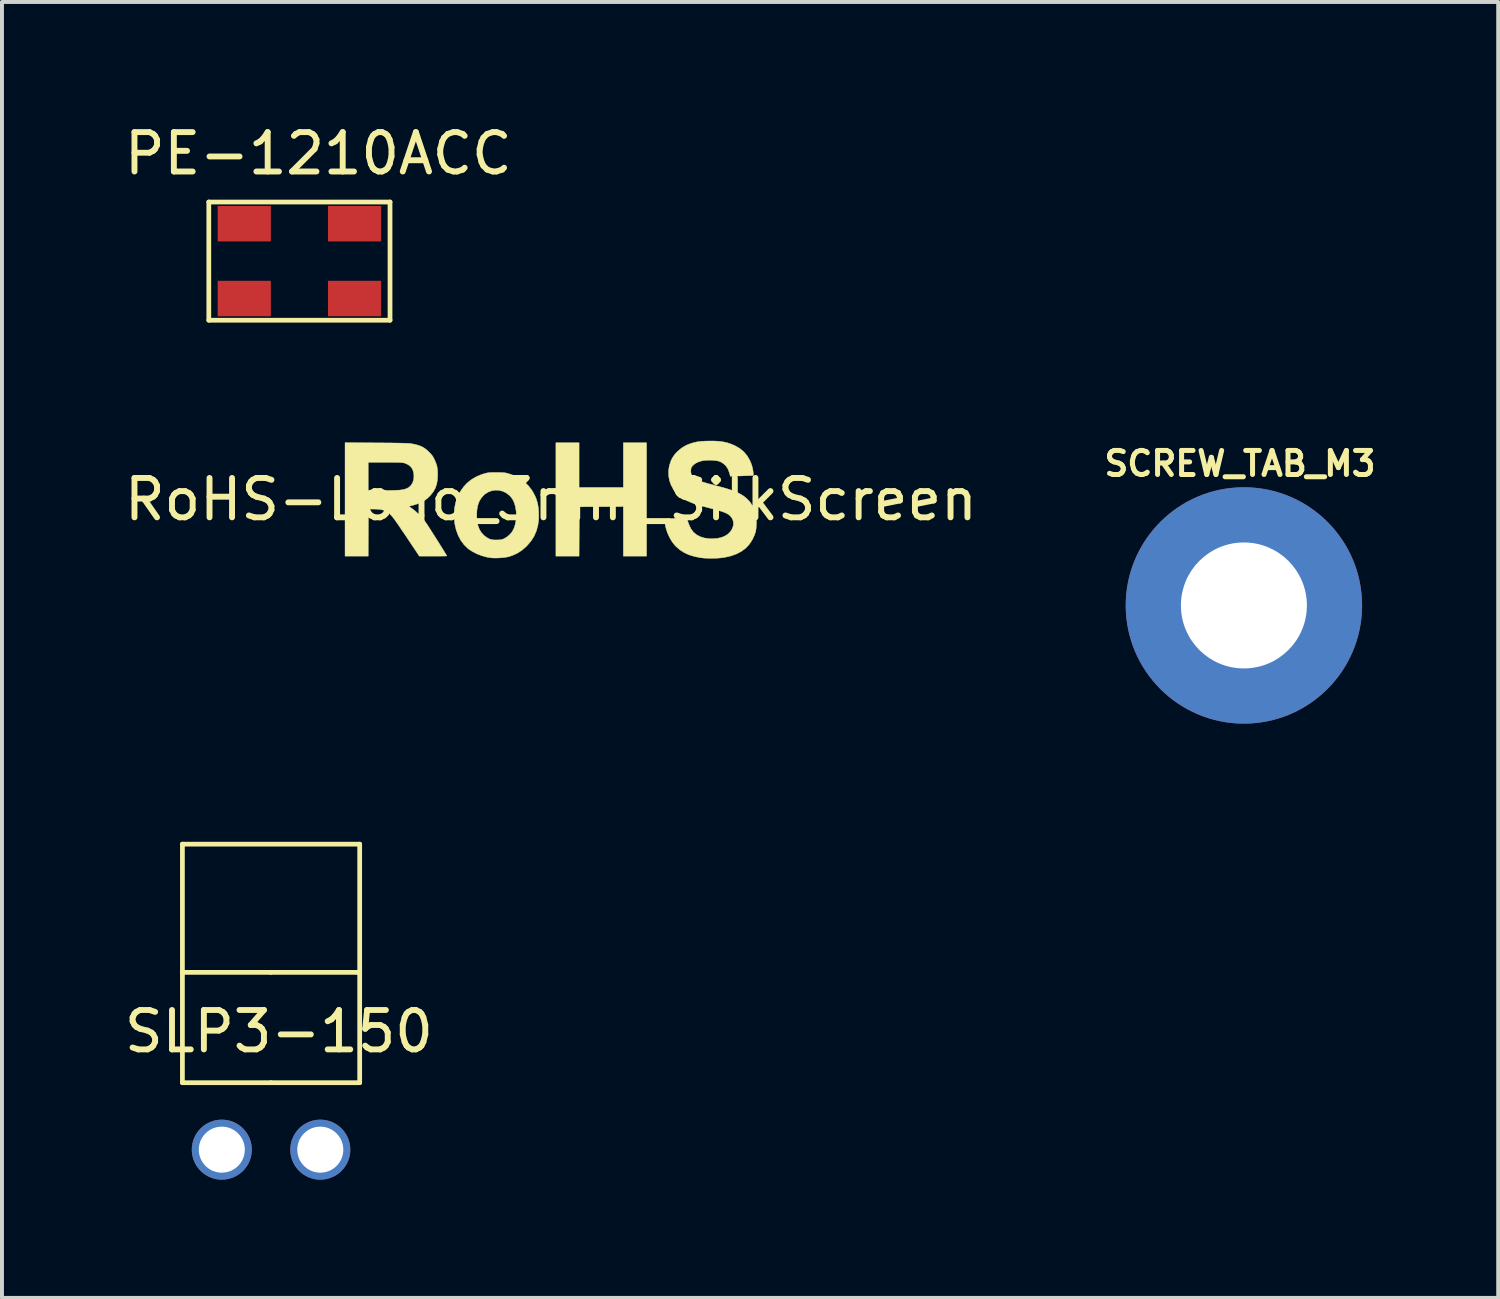
<source format=kicad_pcb>
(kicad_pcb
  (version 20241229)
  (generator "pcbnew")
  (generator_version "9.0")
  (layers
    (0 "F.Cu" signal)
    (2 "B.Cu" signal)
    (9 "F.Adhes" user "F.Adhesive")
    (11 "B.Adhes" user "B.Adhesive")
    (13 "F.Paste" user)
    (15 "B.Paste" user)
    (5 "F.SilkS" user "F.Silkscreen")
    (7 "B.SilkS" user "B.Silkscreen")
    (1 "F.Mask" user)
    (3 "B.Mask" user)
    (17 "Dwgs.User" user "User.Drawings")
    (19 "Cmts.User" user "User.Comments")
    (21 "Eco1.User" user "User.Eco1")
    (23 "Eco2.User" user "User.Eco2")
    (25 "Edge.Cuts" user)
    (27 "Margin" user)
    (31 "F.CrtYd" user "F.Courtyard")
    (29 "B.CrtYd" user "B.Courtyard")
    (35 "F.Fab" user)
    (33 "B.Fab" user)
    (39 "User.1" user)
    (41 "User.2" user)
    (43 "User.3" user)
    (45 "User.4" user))
  (footprint "RoHS-Logo_3mm_SilkScreen"
    (layer "F.Cu")
    (at 10.935 9.627)
    (property "Reference" "RoHS-Logo_3mm_SilkScreen" (at 0 0 0) (layer "F.SilkS") (effects (font (size 1 1) (thickness 0.15))))
    (attr exclude_from_pos_files exclude_from_bom)
    (fp_poly (pts (xy 0.714 -0.306) (xy 1.837 -0.306) (xy 1.837 -1.44) (xy 2.427 -1.44) (xy 2.427 1.44) (xy 1.837 1.44) (xy 1.837 0.181) (xy 1.279 0.184) (xy 0.72 0.187) (xy 0.717 0.814) (xy 0.714 1.44) (xy 0.125 1.44) (xy 0.125 -1.44) (xy 0.714 -1.44) (xy 0.714 -0.306)) (stroke (width 0.01) (type solid)) (fill yes) (layer "F.SilkS"))
    (fp_poly (pts (xy -1.383 -0.685) (xy -1.308 -0.684) (xy -1.249 -0.683) (xy -1.203 -0.68) (xy -1.164 -0.675) (xy -1.125 -0.668) (xy -1.084 -0.657) (xy -1.077 -0.655) (xy -0.931 -0.605) (xy -0.798 -0.536) (xy -0.677 -0.448) (xy -0.57 -0.345) (xy -0.479 -0.226) (xy -0.408 -0.098) (xy -0.366 0.004) (xy -0.337 0.109) (xy -0.318 0.223) (xy -0.31 0.336) (xy -0.311 0.503) (xy -0.331 0.657) (xy -0.37 0.8) (xy -0.427 0.932) (xy -0.505 1.055) (xy -0.603 1.17) (xy -0.617 1.185) (xy -0.728 1.283) (xy -0.845 1.361) (xy -0.973 1.42) (xy -1.068 1.452) (xy -1.127 1.465) (xy -1.202 1.475) (xy -1.286 1.483) (xy -1.371 1.487) (xy -1.452 1.487) (xy -1.516 1.483) (xy -1.635 1.463) (xy -1.757 1.429) (xy -1.876 1.383) (xy -1.987 1.327) (xy -2.084 1.264) (xy -2.11 1.244) (xy -2.207 1.149) (xy -2.289 1.038) (xy -2.356 0.911) (xy -2.407 0.772) (xy -2.441 0.622) (xy -2.448 0.573) (xy -2.459 0.401) (xy -2.459 0.397) (xy -1.885 0.397) (xy -1.878 0.532) (xy -1.856 0.651) (xy -1.819 0.754) (xy -1.766 0.842) (xy -1.697 0.916) (xy -1.633 0.964) (xy -1.58 0.995) (xy -1.53 1.014) (xy -1.476 1.025) (xy -1.411 1.029) (xy -1.366 1.028) (xy -1.308 1.026) (xy -1.265 1.021) (xy -1.229 1.012) (xy -1.194 0.998) (xy -1.188 0.995) (xy -1.121 0.955) (xy -1.055 0.901) (xy -0.998 0.838) (xy -0.977 0.807) (xy -0.938 0.731) (xy -0.909 0.639) (xy -0.889 0.537) (xy -0.879 0.43) (xy -0.882 0.324) (xy -0.884 0.298) (xy -0.903 0.183) (xy -0.931 0.086) (xy -0.97 0.003) (xy -1.021 -0.068) (xy -1.05 -0.098) (xy -1.13 -0.161) (xy -1.218 -0.206) (xy -1.312 -0.23) (xy -1.407 -0.236) (xy -1.502 -0.221) (xy -1.592 -0.187) (xy -1.676 -0.134) (xy -1.716 -0.097) (xy -1.778 -0.024) (xy -1.825 0.059) (xy -1.858 0.154) (xy -1.878 0.263) (xy -1.885 0.388) (xy -1.885 0.397) (xy -2.459 0.397) (xy -2.45 0.237) (xy -2.421 0.083) (xy -2.373 -0.063) (xy -2.304 -0.197) (xy -2.217 -0.32) (xy -2.128 -0.416) (xy -2.019 -0.504) (xy -1.895 -0.577) (xy -1.759 -0.634) (xy -1.694 -0.654) (xy -1.651 -0.666) (xy -1.614 -0.674) (xy -1.577 -0.68) (xy -1.536 -0.683) (xy -1.485 -0.685) (xy -1.419 -0.685) (xy -1.383 -0.685)) (stroke (width 0.01) (type solid)) (fill yes) (layer "F.SilkS"))
    (fp_poly (pts (xy -4.431 -1.436) (xy -4.253 -1.435) (xy -4.094 -1.434) (xy -3.954 -1.432) (xy -3.834 -1.43) (xy -3.735 -1.427) (xy -3.657 -1.425) (xy -3.6 -1.422) (xy -3.566 -1.419) (xy -3.561 -1.418) (xy -3.455 -1.398) (xy -3.368 -1.375) (xy -3.295 -1.348) (xy -3.231 -1.314) (xy -3.171 -1.272) (xy -3.111 -1.219) (xy -3.099 -1.207) (xy -3.051 -1.158) (xy -3.016 -1.115) (xy -2.988 -1.073) (xy -2.962 -1.022) (xy -2.96 -1.019) (xy -2.926 -0.942) (xy -2.901 -0.872) (xy -2.886 -0.804) (xy -2.878 -0.729) (xy -2.875 -0.639) (xy -2.875 -0.629) (xy -2.881 -0.502) (xy -2.9 -0.391) (xy -2.933 -0.292) (xy -2.982 -0.202) (xy -3.048 -0.117) (xy -3.089 -0.073) (xy -3.144 -0.022) (xy -3.2 0.021) (xy -3.259 0.058) (xy -3.327 0.09) (xy -3.407 0.119) (xy -3.502 0.148) (xy -3.57 0.166) (xy -3.608 0.176) (xy -3.525 0.232) (xy -3.44 0.298) (xy -3.353 0.379) (xy -3.268 0.471) (xy -3.19 0.568) (xy -3.179 0.584) (xy -3.159 0.613) (xy -3.131 0.655) (xy -3.095 0.71) (xy -3.054 0.775) (xy -3.008 0.846) (xy -2.96 0.923) (xy -2.91 1.001) (xy -2.86 1.08) (xy -2.812 1.157) (xy -2.767 1.229) (xy -2.727 1.293) (xy -2.693 1.349) (xy -2.666 1.392) (xy -2.649 1.422) (xy -2.642 1.435) (xy -2.642 1.435) (xy -2.653 1.436) (xy -2.684 1.437) (xy -2.732 1.438) (xy -2.794 1.439) (xy -2.869 1.44) (xy -2.952 1.44) (xy -2.992 1.44) (xy -3.341 1.44) (xy -3.631 1.006) (xy -3.693 0.913) (xy -3.755 0.822) (xy -3.813 0.736) (xy -3.867 0.657) (xy -3.915 0.588) (xy -3.955 0.531) (xy -3.986 0.489) (xy -4 0.47) (xy -4.06 0.399) (xy -4.118 0.343) (xy -4.179 0.302) (xy -4.247 0.274) (xy -4.326 0.256) (xy -4.419 0.247) (xy -4.49 0.245) (xy -4.632 0.244) (xy -4.638 1.44) (xy -5.227 1.44) (xy -5.227 -0.941) (xy -4.638 -0.941) (xy -4.638 -0.227) (xy -4.283 -0.227) (xy -4.19 -0.227) (xy -4.1 -0.228) (xy -4.016 -0.23) (xy -3.941 -0.232) (xy -3.881 -0.235) (xy -3.838 -0.237) (xy -3.83 -0.238) (xy -3.741 -0.252) (xy -3.67 -0.273) (xy -3.614 -0.302) (xy -3.568 -0.34) (xy -3.562 -0.347) (xy -3.515 -0.416) (xy -3.487 -0.496) (xy -3.478 -0.589) (xy -3.478 -0.595) (xy -3.488 -0.688) (xy -3.515 -0.767) (xy -3.56 -0.831) (xy -3.624 -0.882) (xy -3.705 -0.919) (xy -3.72 -0.923) (xy -3.739 -0.928) (xy -3.763 -0.932) (xy -3.794 -0.935) (xy -3.835 -0.937) (xy -3.888 -0.939) (xy -3.955 -0.94) (xy -4.038 -0.941) (xy -4.141 -0.941) (xy -4.209 -0.941) (xy -4.638 -0.941) (xy -5.227 -0.941) (xy -5.227 -1.442) (xy -4.431 -1.436)) (stroke (width 0.01) (type solid)) (fill yes) (layer "F.SilkS"))
    (fp_poly (pts (xy 4.243 -1.478) (xy 4.358 -1.464) (xy 4.463 -1.442) (xy 4.562 -1.41) (xy 4.66 -1.369) (xy 4.682 -1.358) (xy 4.799 -1.289) (xy 4.899 -1.205) (xy 4.982 -1.105) (xy 5.049 -0.99) (xy 5.093 -0.882) (xy 5.111 -0.818) (xy 5.125 -0.751) (xy 5.133 -0.695) (xy 5.14 -0.607) (xy 5.107 -0.606) (xy 5.086 -0.605) (xy 5.047 -0.604) (xy 4.992 -0.602) (xy 4.926 -0.6) (xy 4.852 -0.598) (xy 4.814 -0.596) (xy 4.553 -0.587) (xy 4.532 -0.667) (xy 4.497 -0.764) (xy 4.447 -0.844) (xy 4.381 -0.908) (xy 4.302 -0.955) (xy 4.258 -0.971) (xy 4.205 -0.983) (xy 4.137 -0.99) (xy 4.061 -0.995) (xy 3.983 -0.995) (xy 3.91 -0.991) (xy 3.849 -0.983) (xy 3.845 -0.982) (xy 3.757 -0.957) (xy 3.68 -0.922) (xy 3.618 -0.878) (xy 3.574 -0.829) (xy 3.565 -0.814) (xy 3.554 -0.776) (xy 3.55 -0.726) (xy 3.553 -0.675) (xy 3.565 -0.632) (xy 3.565 -0.632) (xy 3.582 -0.602) (xy 3.61 -0.569) (xy 3.624 -0.556) (xy 3.653 -0.533) (xy 3.688 -0.511) (xy 3.73 -0.49) (xy 3.781 -0.468) (xy 3.844 -0.446) (xy 3.921 -0.422) (xy 4.014 -0.395) (xy 4.125 -0.366) (xy 4.218 -0.341) (xy 4.375 -0.299) (xy 4.512 -0.258) (xy 4.63 -0.217) (xy 4.732 -0.175) (xy 4.819 -0.13) (xy 4.895 -0.082) (xy 4.961 -0.029) (xy 5.019 0.028) (xy 5.067 0.087) (xy 5.121 0.173) (xy 5.166 0.271) (xy 5.198 0.373) (xy 5.204 0.402) (xy 5.213 0.473) (xy 5.216 0.555) (xy 5.215 0.642) (xy 5.209 0.726) (xy 5.199 0.798) (xy 5.194 0.821) (xy 5.162 0.916) (xy 5.115 1.015) (xy 5.057 1.108) (xy 5.024 1.152) (xy 4.937 1.243) (xy 4.831 1.32) (xy 4.709 1.384) (xy 4.571 1.434) (xy 4.418 1.469) (xy 4.311 1.484) (xy 4.223 1.491) (xy 4.125 1.495) (xy 4.024 1.495) (xy 3.927 1.492) (xy 3.841 1.485) (xy 3.799 1.48) (xy 3.644 1.449) (xy 3.506 1.407) (xy 3.385 1.352) (xy 3.276 1.283) (xy 3.179 1.199) (xy 3.149 1.169) (xy 3.076 1.076) (xy 3.011 0.966) (xy 2.956 0.846) (xy 2.915 0.719) (xy 2.888 0.591) (xy 2.885 0.564) (xy 2.881 0.528) (xy 2.882 0.508) (xy 2.889 0.5) (xy 2.903 0.499) (xy 2.904 0.499) (xy 2.923 0.498) (xy 2.961 0.495) (xy 3.014 0.49) (xy 3.078 0.485) (xy 3.149 0.478) (xy 3.164 0.476) (xy 3.251 0.468) (xy 3.318 0.462) (xy 3.368 0.457) (xy 3.403 0.456) (xy 3.426 0.456) (xy 3.44 0.459) (xy 3.447 0.464) (xy 3.451 0.472) (xy 3.453 0.483) (xy 3.453 0.485) (xy 3.469 0.542) (xy 3.492 0.609) (xy 3.519 0.675) (xy 3.546 0.732) (xy 3.557 0.751) (xy 3.618 0.832) (xy 3.696 0.897) (xy 3.789 0.946) (xy 3.897 0.979) (xy 4.02 0.996) (xy 4.082 0.997) (xy 4.209 0.99) (xy 4.319 0.968) (xy 4.413 0.931) (xy 4.494 0.878) (xy 4.522 0.852) (xy 4.578 0.785) (xy 4.615 0.712) (xy 4.633 0.638) (xy 4.63 0.565) (xy 4.607 0.495) (xy 4.566 0.435) (xy 4.541 0.41) (xy 4.512 0.386) (xy 4.476 0.364) (xy 4.432 0.342) (xy 4.377 0.32) (xy 4.31 0.297) (xy 4.228 0.273) (xy 4.13 0.246) (xy 4.012 0.215) (xy 3.927 0.193) (xy 3.751 0.145) (xy 3.596 0.093) (xy 3.463 0.037) (xy 3.352 -0.022) (xy 3.279 -0.071) (xy 3.185 -0.157) (xy 3.108 -0.256) (xy 3.049 -0.365) (xy 3.008 -0.481) (xy 2.987 -0.602) (xy 2.985 -0.726) (xy 3.003 -0.849) (xy 3.041 -0.97) (xy 3.08 -1.052) (xy 3.142 -1.143) (xy 3.223 -1.229) (xy 3.316 -1.305) (xy 3.418 -1.366) (xy 3.472 -1.391) (xy 3.556 -1.422) (xy 3.636 -1.446) (xy 3.719 -1.463) (xy 3.81 -1.474) (xy 3.916 -1.481) (xy 3.969 -1.482) (xy 4.115 -1.484) (xy 4.243 -1.478)) (stroke (width 0.01) (type solid)) (fill yes) (layer "F.SilkS")))
  (footprint "SCREW_TAB_M3"
    (layer "F.Cu")
    (at 28.524 12.318)
    (property "Reference" "SCREW_TAB_M3" (at -0.1 -3.6 0) (layer "F.SilkS") (effects (font (size 0.61 0.61) (thickness 0.127))))
    (attr exclude_from_pos_files exclude_from_bom)
    (pad "1" thru_hole circle (at 0 0) (size 6 6) (drill 3.198) (layers "*.Cu" "*.Mask")))
  (footprint "PE-1210ACC"
    (layer "F.Cu")
    (at 4.55 3.578)
    (property "Reference" "PE-1210ACC" (at 0.48 -2.73 0) (layer "F.SilkS") (effects (font (size 1 1) (thickness 0.15))))
    (attr through_hole)
    (fp_line (start -2.3 -1.5) (end 2.3 -1.5) (stroke (width 0.12) (type solid)) (layer "F.SilkS"))
    (fp_line (start -2.3 1.5) (end -2.3 -1.5) (stroke (width 0.12) (type solid)) (layer "F.SilkS"))
    (fp_line (start 2.3 -1.5) (end 2.3 1.5) (stroke (width 0.12) (type solid)) (layer "F.SilkS"))
    (fp_line (start 2.3 1.5) (end -2.3 1.5) (stroke (width 0.12) (type solid)) (layer "F.SilkS"))
    (pad "1" smd rect (at -1.4 0.95) (size 1.35 0.9) (layers "F.Cu" "F.Mask" "F.Paste"))
    (pad "2" smd rect (at -1.4 -0.95) (size 1.35 0.9) (layers "F.Cu" "F.Mask" "F.Paste"))
    (pad "3" smd rect (at 1.4 -0.95) (size 1.35 0.9) (layers "F.Cu" "F.Mask" "F.Paste"))
    (pad "4" smd rect (at 1.4 0.95) (size 1.35 0.9) (layers "F.Cu" "F.Mask" "F.Paste")))
  (footprint "SLP3-150"
    (layer "F.Cu")
    (at 3.83 23.432)
    (property "Reference" "SLP3-150" (at 0.2 -0.3 0) (layer "F.SilkS") (effects (font (size 1 1) (thickness 0.15))))
    (attr through_hole)
    (fp_line (start -2.25 -1.8) (end -2.25 -5.055) (stroke (width 0.12) (type solid)) (layer "F.SilkS"))
    (fp_line (start -2.25 -1.8) (end -2.25 1) (stroke (width 0.12) (type solid)) (layer "F.SilkS"))
    (fp_line (start -2.25 1) (end 0 1) (stroke (width 0.12) (type solid)) (layer "F.SilkS"))
    (fp_line (start 0 -1.8) (end -2.25 -1.8) (stroke (width 0.12) (type solid)) (layer "F.SilkS"))
    (fp_line (start 0 -1.8) (end 2.25 -1.8) (stroke (width 0.12) (type solid)) (layer "F.SilkS"))
    (fp_line (start 0 1) (end 2.25 1) (stroke (width 0.12) (type solid)) (layer "F.SilkS"))
    (fp_line (start 2.2 -1.8) (end 2.25 -1.8) (stroke (width 0.12) (type solid)) (layer "F.SilkS"))
    (fp_line (start 2.25 -5.055) (end -2.25 -5.055) (stroke (width 0.12) (type solid)) (layer "F.SilkS"))
    (fp_line (start 2.25 -1.8) (end 2.25 -5.055) (stroke (width 0.12) (type solid)) (layer "F.SilkS"))
    (fp_line (start 2.25 -1.8) (end 2.25 1) (stroke (width 0.12) (type solid)) (layer "F.SilkS"))
    (pad "" np_thru_hole circle (at -1.25 2.7) (size 1.524 1.524) (drill 1.168) (layers "*.Cu" "*.Mask"))
    (pad "" np_thru_hole circle (at 1.25 2.7) (size 1.524 1.524) (drill 1.168) (layers "*.Cu" "*.Mask")))
  (gr_rect
    (start -3 -3)
    (end 34.979 29.894)
    (stroke (width 0.1) (type default))
    (fill no)
    (layer "Edge.Cuts")))
</source>
